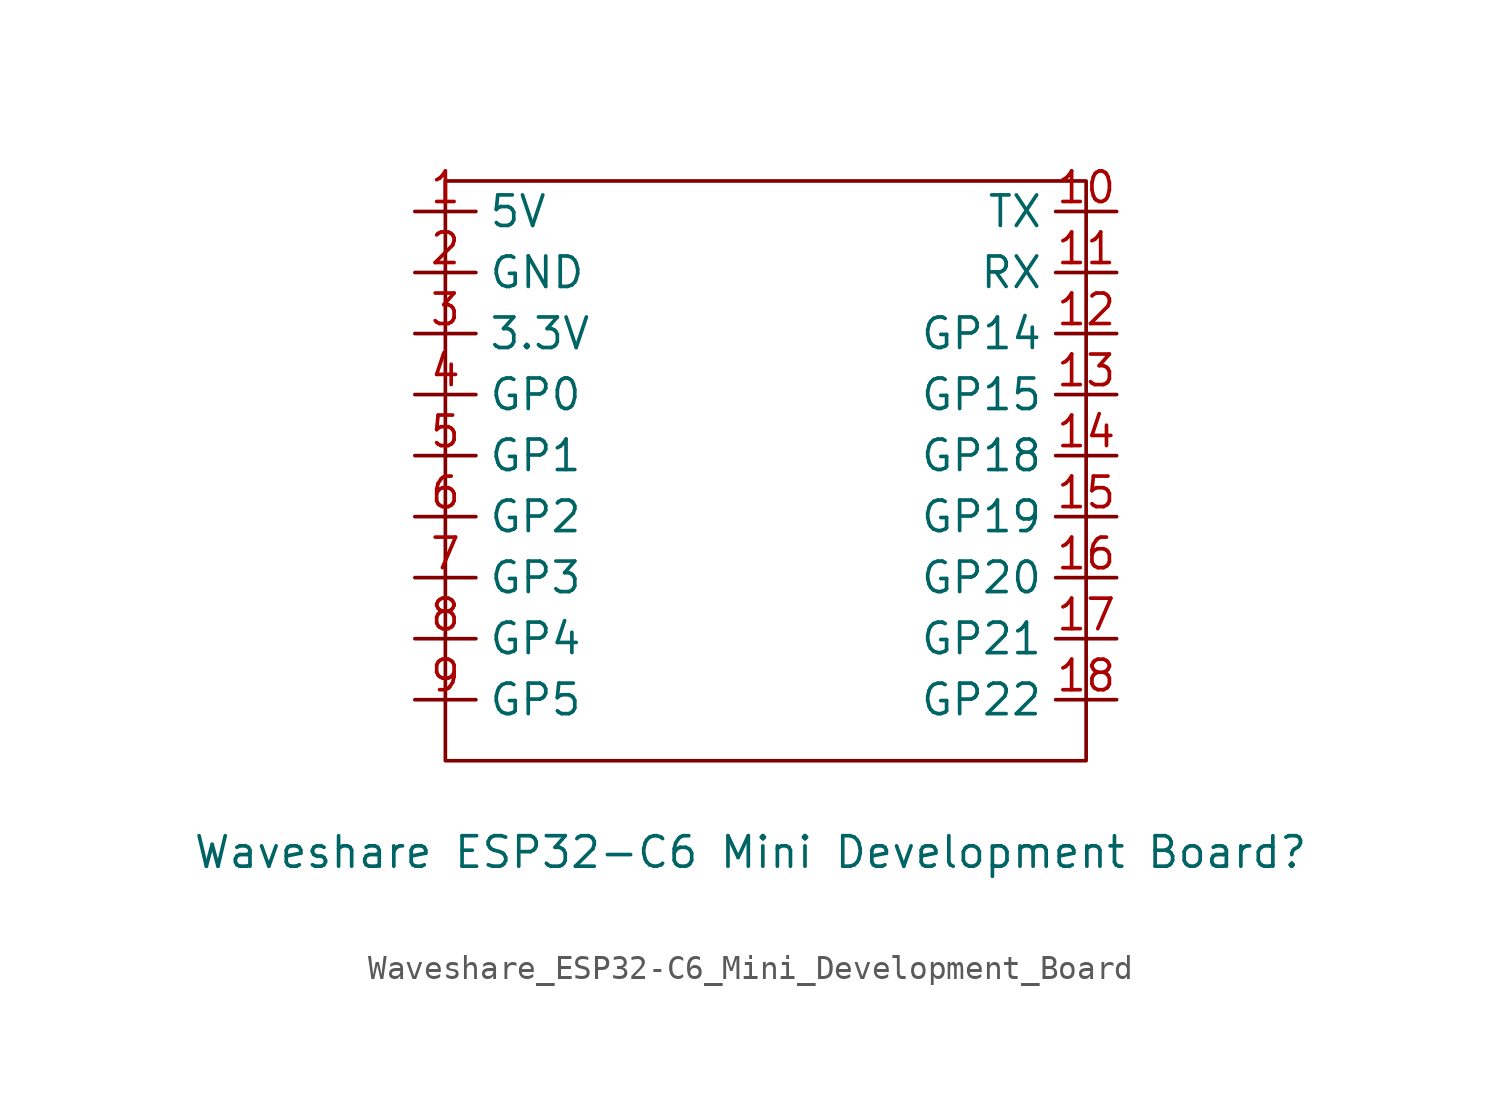
<source format=kicad_sym>
(kicad_symbol_lib
  (version 20231120)
  (generator "kicad_symbol_editor")
  (generator_version "8.0")
  (symbol "Waveshare_ESP32-C6_Mini_Development_Board"
    (property "Reference" "Waveshare ESP32-C6 Mini Development Board"
      (at 0 0 0)
      (effects (font (size 1.27 1.27))))
    (property "Value" ""
      (at 0 0 0)
      (effects (font (size 1.27 1.27))))
    (symbol "Waveshare_ESP32-C6_Mini_Development_Board_0_1"
      (rectangle (start -12.7 27.94) (end 13.97 3.81) (stroke (width 0) (type default)) (fill (type none))))
    (symbol "Waveshare_ESP32-C6_Mini_Development_Board_1_1"
      (pin bidirectional line (at -13.97 26.67 0) (length 2.54) (name "5V" (effects (font (size 1.27 1.27)))) (number "1" (effects (font (size 1.27 1.27)))))
      (pin output line (at 15.24 26.67 180) (length 2.54) (name "TX" (effects (font (size 1.27 1.27)))) (number "10" (effects (font (size 1.27 1.27)))))
      (pin input line (at 15.24 24.13 180) (length 2.54) (name "RX" (effects (font (size 1.27 1.27)))) (number "11" (effects (font (size 1.27 1.27)))))
      (pin bidirectional line (at 15.24 21.59 180) (length 2.54) (name "GP14" (effects (font (size 1.27 1.27)))) (number "12" (effects (font (size 1.27 1.27)))))
      (pin bidirectional line (at 15.24 19.05 180) (length 2.54) (name "GP15" (effects (font (size 1.27 1.27)))) (number "13" (effects (font (size 1.27 1.27)))))
      (pin bidirectional line (at 15.24 16.51 180) (length 2.54) (name "GP18" (effects (font (size 1.27 1.27)))) (number "14" (effects (font (size 1.27 1.27)))))
      (pin bidirectional line (at 15.24 13.97 180) (length 2.54) (name "GP19" (effects (font (size 1.27 1.27)))) (number "15" (effects (font (size 1.27 1.27)))))
      (pin bidirectional line (at 15.24 11.43 180) (length 2.54) (name "GP20" (effects (font (size 1.27 1.27)))) (number "16" (effects (font (size 1.27 1.27)))))
      (pin bidirectional line (at 15.24 8.89 180) (length 2.54) (name "GP21" (effects (font (size 1.27 1.27)))) (number "17" (effects (font (size 1.27 1.27)))))
      (pin bidirectional line (at 15.24 6.35 180) (length 2.54) (name "GP22" (effects (font (size 1.27 1.27)))) (number "18" (effects (font (size 1.27 1.27)))))
      (pin passive line (at -13.97 24.13 0) (length 2.54) (name "GND" (effects (font (size 1.27 1.27)))) (number "2" (effects (font (size 1.27 1.27)))))
      (pin output line (at -13.97 21.59 0) (length 2.54) (name "3.3V" (effects (font (size 1.27 1.27)))) (number "3" (effects (font (size 1.27 1.27)))))
      (pin bidirectional line (at -13.97 19.05 0) (length 2.54) (name "GP0" (effects (font (size 1.27 1.27)))) (number "4" (effects (font (size 1.27 1.27)))))
      (pin bidirectional line (at -13.97 16.51 0) (length 2.54) (name "GP1" (effects (font (size 1.27 1.27)))) (number "5" (effects (font (size 1.27 1.27)))))
      (pin bidirectional line (at -13.97 13.97 0) (length 2.54) (name "GP2" (effects (font (size 1.27 1.27)))) (number "6" (effects (font (size 1.27 1.27)))))
      (pin bidirectional line (at -13.97 11.43 0) (length 2.54) (name "GP3" (effects (font (size 1.27 1.27)))) (number "7" (effects (font (size 1.27 1.27)))))
      (pin bidirectional line (at -13.97 8.89 0) (length 2.54) (name "GP4" (effects (font (size 1.27 1.27)))) (number "8" (effects (font (size 1.27 1.27)))))
      (pin bidirectional line (at -13.97 6.35 0) (length 2.54) (name "GP5" (effects (font (size 1.27 1.27)))) (number "9" (effects (font (size 1.27 1.27))))))))
</source>
